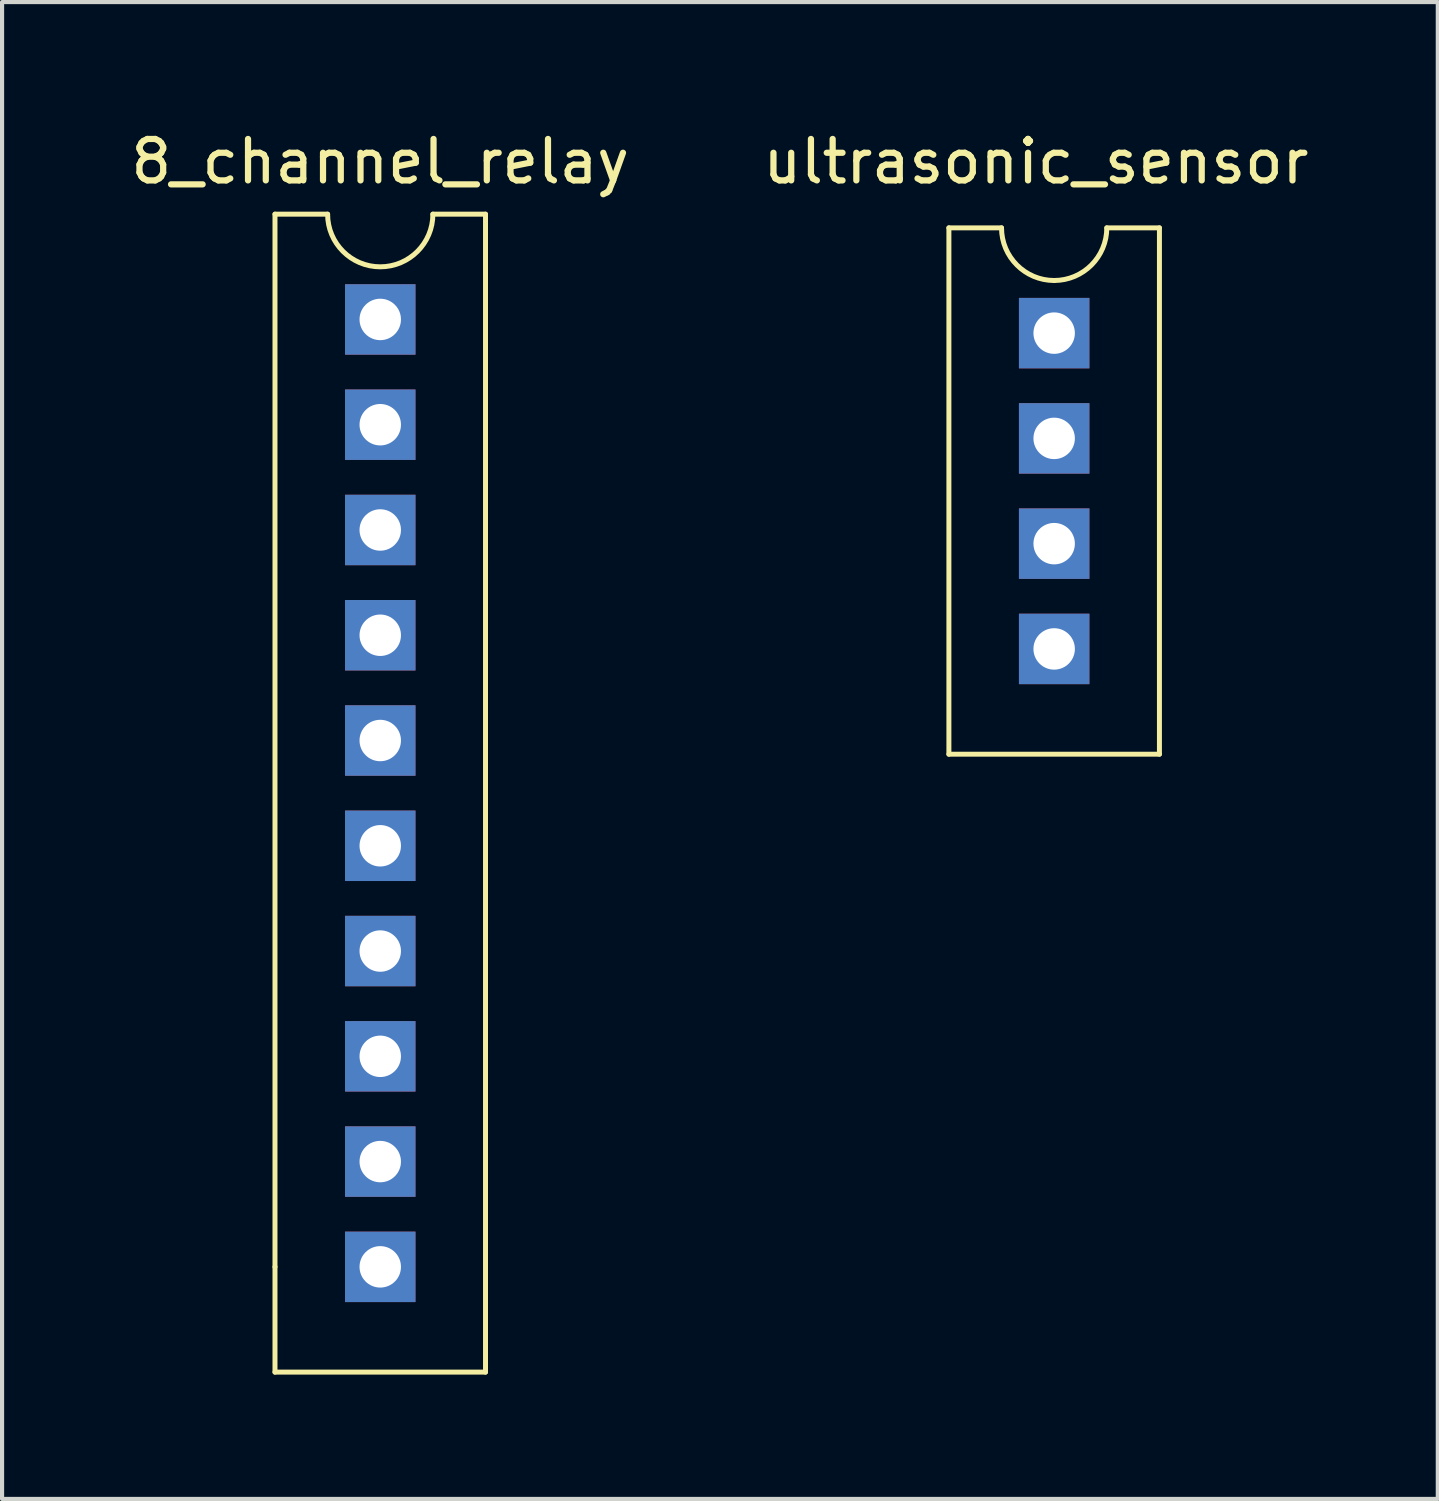
<source format=kicad_pcb>
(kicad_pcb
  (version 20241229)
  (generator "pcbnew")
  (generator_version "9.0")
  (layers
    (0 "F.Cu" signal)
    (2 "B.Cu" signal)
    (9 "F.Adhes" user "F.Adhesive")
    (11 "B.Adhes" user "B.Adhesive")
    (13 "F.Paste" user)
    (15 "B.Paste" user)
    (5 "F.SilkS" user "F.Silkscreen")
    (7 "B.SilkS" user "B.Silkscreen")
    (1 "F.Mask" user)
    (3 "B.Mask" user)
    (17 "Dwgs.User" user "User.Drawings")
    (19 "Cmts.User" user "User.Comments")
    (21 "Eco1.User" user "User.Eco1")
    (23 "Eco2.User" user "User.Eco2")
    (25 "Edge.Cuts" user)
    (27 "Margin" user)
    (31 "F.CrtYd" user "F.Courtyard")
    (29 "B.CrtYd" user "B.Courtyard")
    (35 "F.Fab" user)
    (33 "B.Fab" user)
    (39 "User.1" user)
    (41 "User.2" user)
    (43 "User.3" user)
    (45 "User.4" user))
  (footprint "ultrasonic_sensor"
    (layer "F.Cu")
    (at 19.846 2.448)
    (property "Reference" "ultrasonic_sensor" (at 2.1 -1.6 0) (unlocked yes) (layer "F.SilkS") (effects (font (size 1 1) (thickness 0.15))))
    (attr smd)
    (fp_line (start 0 0) (end 0 12.7) (stroke (width 0.12) (type solid)) (layer "F.SilkS"))
    (fp_line (start 0 12.7) (end 5.08 12.7) (stroke (width 0.12) (type solid)) (layer "F.SilkS"))
    (fp_line (start 1.27 0) (end 0 0) (stroke (width 0.12) (type solid)) (layer "F.SilkS"))
    (fp_line (start 5.08 0) (end 3.81 0) (stroke (width 0.12) (type solid)) (layer "F.SilkS"))
    (fp_line (start 5.08 12.7) (end 5.08 0) (stroke (width 0.12) (type solid)) (layer "F.SilkS"))
    (fp_arc (start 2.54 1.27) (mid 1.641974 0.898026) (end 1.27 0) (stroke (width 0.12) (type solid)) (layer "F.SilkS"))
    (fp_arc (start 3.81 0) (mid 3.438026 0.898026) (end 2.54 1.27) (stroke (width 0.12) (type solid)) (layer "F.SilkS"))
    (pad "1" thru_hole rect (at 2.54 2.54) (size 1.7 1.7) (drill 1) (layers "*.Cu" "*.Mask"))
    (pad "2" thru_hole rect (at 2.54 5.08) (size 1.7 1.7) (drill 1) (layers "*.Cu" "*.Mask"))
    (pad "3" thru_hole rect (at 2.54 7.62) (size 1.7 1.7) (drill 1) (layers "*.Cu" "*.Mask"))
    (pad "4" thru_hole rect (at 2.54 10.16) (size 1.7 1.7) (drill 1) (layers "*.Cu" "*.Mask")))
  (footprint "8_channel_relay"
    (layer "F.Cu")
    (at 3.585 2.118)
    (property "Reference" "8_channel_relay" (at 2.54 -1.27 0) (unlocked yes) (layer "F.SilkS") (effects (font (size 1 1) (thickness 0.15))))
    (attr smd)
    (fp_line (start 0 0) (end 0 25.4) (stroke (width 0.12) (type solid)) (layer "F.SilkS"))
    (fp_line (start 0 0) (end 1.27 0) (stroke (width 0.12) (type solid)) (layer "F.SilkS"))
    (fp_line (start 0 27.94) (end 0 25.4) (stroke (width 0.12) (type solid)) (layer "F.SilkS"))
    (fp_line (start 5.08 0) (end 3.81 0) (stroke (width 0.12) (type solid)) (layer "F.SilkS"))
    (fp_line (start 5.08 0) (end 5.08 27.94) (stroke (width 0.12) (type solid)) (layer "F.SilkS"))
    (fp_line (start 5.08 27.94) (end 0 27.94) (stroke (width 0.12) (type solid)) (layer "F.SilkS"))
    (fp_arc (start 3.81 0) (mid 2.54 1.27) (end 1.27 0) (stroke (width 0.12) (type solid)) (layer "F.SilkS"))
    (pad "1" thru_hole rect (at 2.54 2.54) (size 1.7 1.7) (drill 1) (layers "*.Cu" "*.Mask"))
    (pad "2" thru_hole rect (at 2.54 5.08) (size 1.7 1.7) (drill 1) (layers "*.Cu" "*.Mask"))
    (pad "3" thru_hole rect (at 2.54 7.62) (size 1.7 1.7) (drill 1) (layers "*.Cu" "*.Mask"))
    (pad "4" thru_hole rect (at 2.54 10.16) (size 1.7 1.7) (drill 1) (layers "*.Cu" "*.Mask"))
    (pad "5" thru_hole rect (at 2.54 12.7) (size 1.7 1.7) (drill 1) (layers "*.Cu" "*.Mask"))
    (pad "6" thru_hole rect (at 2.54 15.24) (size 1.7 1.7) (drill 1) (layers "*.Cu" "*.Mask"))
    (pad "7" thru_hole rect (at 2.54 17.78) (size 1.7 1.7) (drill 1) (layers "*.Cu" "*.Mask"))
    (pad "8" thru_hole rect (at 2.54 20.32) (size 1.7 1.7) (drill 1) (layers "*.Cu" "*.Mask"))
    (pad "9" thru_hole rect (at 2.54 22.86) (size 1.7 1.7) (drill 1) (layers "*.Cu" "*.Mask"))
    (pad "10" thru_hole rect (at 2.54 25.4) (size 1.7 1.7) (drill 1) (layers "*.Cu" "*.Mask")))
  (gr_rect
    (start -3 -3)
    (end 31.643 33.118)
    (stroke (width 0.1) (type default))
    (fill no)
    (layer "Edge.Cuts")))
</source>
